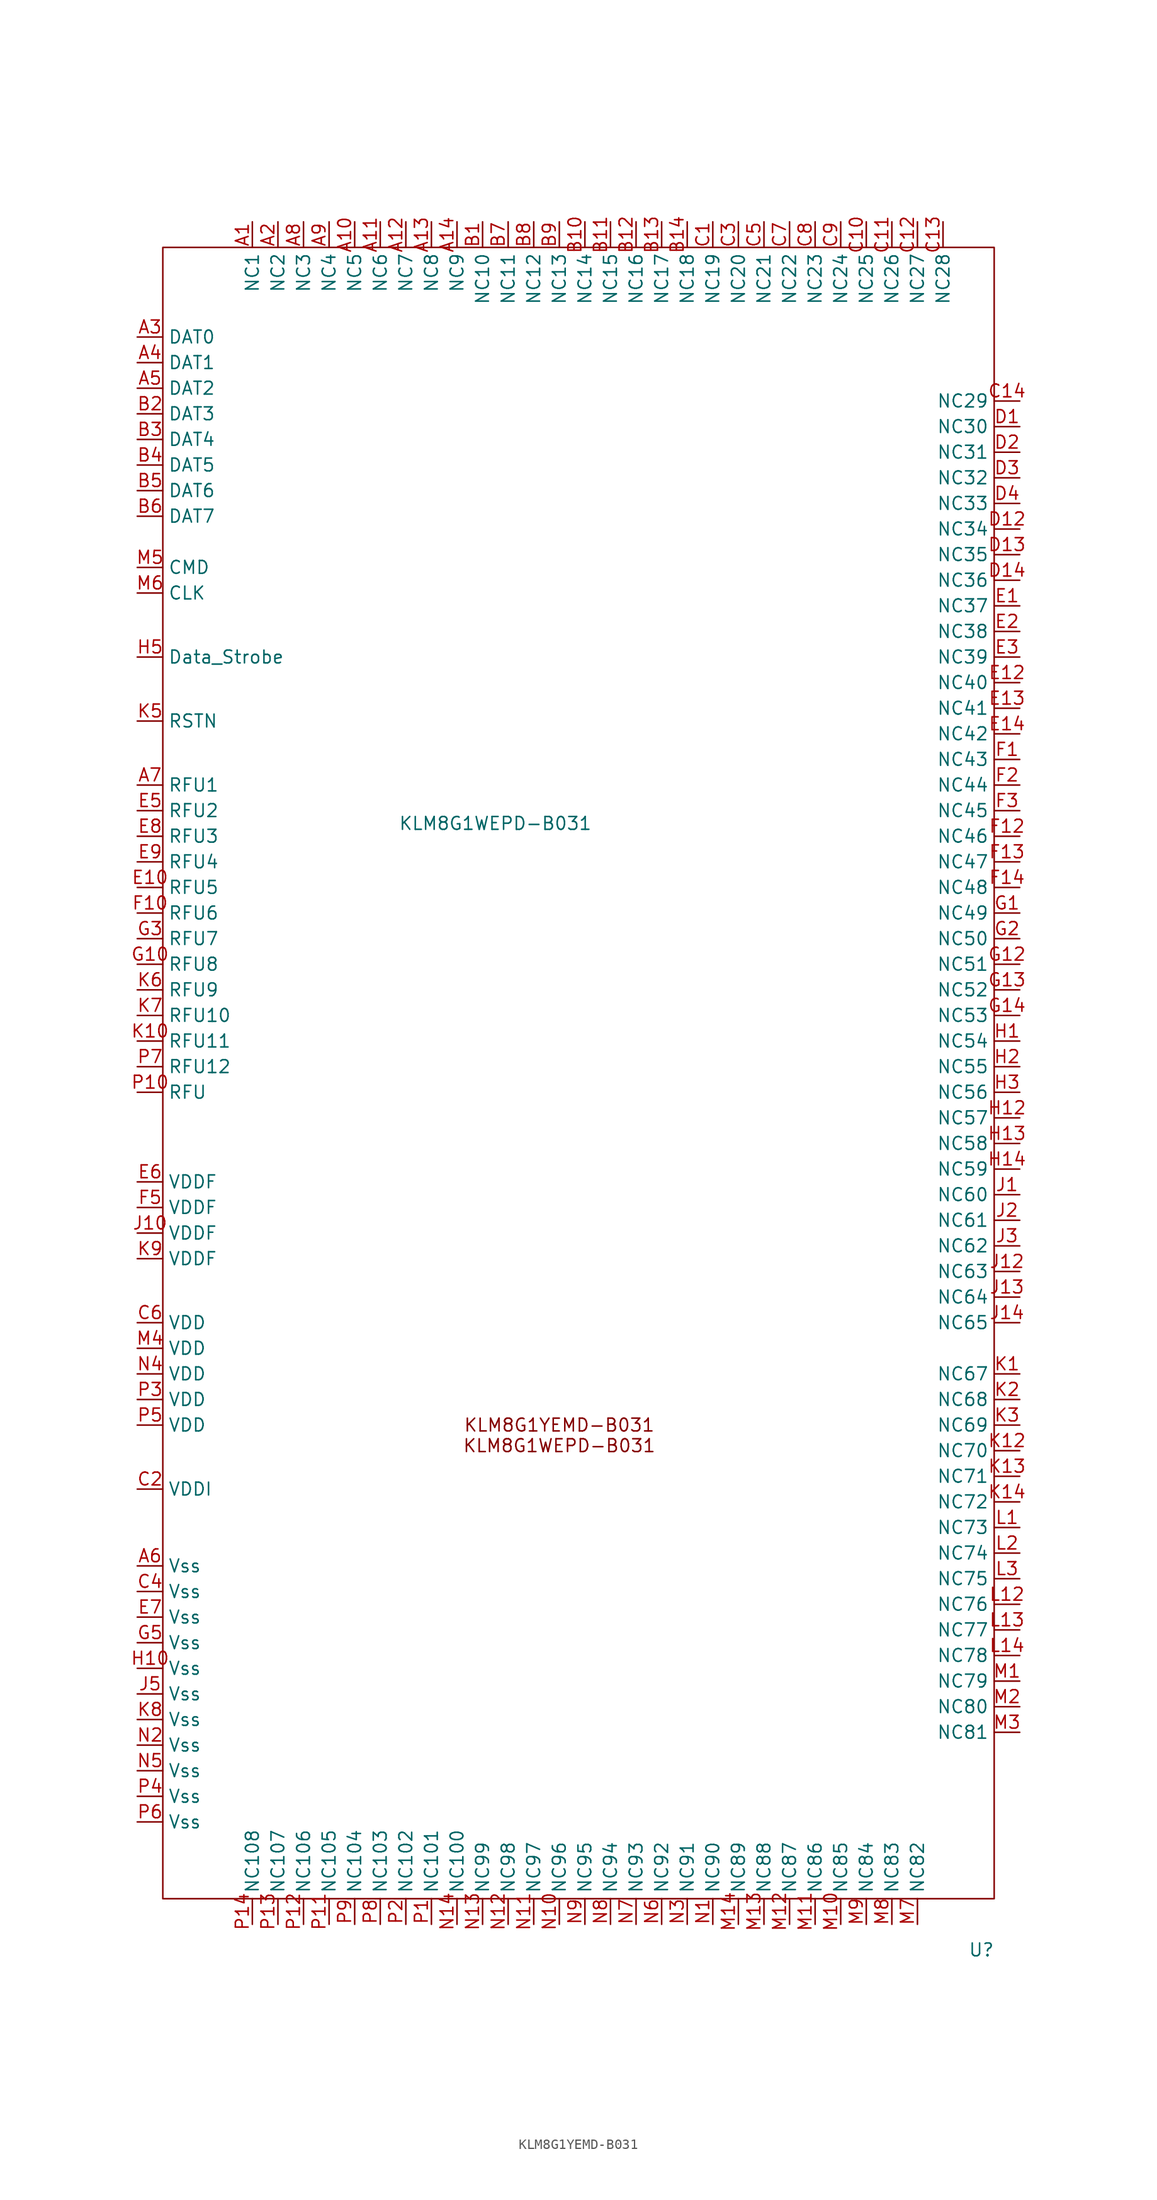
<source format=kicad_sym>
(kicad_symbol_lib
  (version 20220914)
  (generator kicad_symbol_editor)
  (symbol "KLM8G1YEMD-B031"
    (property "Reference" "U"
      (at 36.83 -81.28 0)
      (effects (font (size 1.27 1.27))))
    (property "Value" "KLM8G1WEPD-B031"
      (at -11.43 30.48 0)
      (effects (font (size 1.27 1.27))))
    (symbol "KLM8G1YEMD-B031_0_1"
      (rectangle (start -44.45 87.63) (end 38.1 -76.2) (stroke (width 0) (type default)) (fill (type none))))
    (symbol "KLM8G1YEMD-B031_1_1"
      (text "\nKLM8G1YEMD-B031\nKLM8G1WEPD-B031" (at -5.08 -29.21 0) (effects (font (size 1.27 1.27))))
      (pin bidirectional line (at -35.56 90.17 270) (length 2.54) (name "NC1" (effects (font (size 1.27 1.27)))) (number "A1" (effects (font (size 1.27 1.27)))))
      (pin bidirectional line (at -25.4 90.17 270) (length 2.54) (name "NC5" (effects (font (size 1.27 1.27)))) (number "A10" (effects (font (size 1.27 1.27)))))
      (pin bidirectional line (at -22.86 90.17 270) (length 2.54) (name "NC6" (effects (font (size 1.27 1.27)))) (number "A11" (effects (font (size 1.27 1.27)))))
      (pin bidirectional line (at -20.32 90.17 270) (length 2.54) (name "NC7" (effects (font (size 1.27 1.27)))) (number "A12" (effects (font (size 1.27 1.27)))))
      (pin bidirectional line (at -17.78 90.17 270) (length 2.54) (name "NC8" (effects (font (size 1.27 1.27)))) (number "A13" (effects (font (size 1.27 1.27)))))
      (pin bidirectional line (at -15.24 90.17 270) (length 2.54) (name "NC9" (effects (font (size 1.27 1.27)))) (number "A14" (effects (font (size 1.27 1.27)))))
      (pin bidirectional line (at -33.02 90.17 270) (length 2.54) (name "NC2" (effects (font (size 1.27 1.27)))) (number "A2" (effects (font (size 1.27 1.27)))))
      (pin bidirectional line (at -46.99 78.74 0) (length 2.54) (name "DAT0" (effects (font (size 1.27 1.27)))) (number "A3" (effects (font (size 1.27 1.27)))))
      (pin bidirectional line (at -46.99 76.2 0) (length 2.54) (name "DAT1" (effects (font (size 1.27 1.27)))) (number "A4" (effects (font (size 1.27 1.27)))))
      (pin bidirectional line (at -46.99 73.66 0) (length 2.54) (name "DAT2" (effects (font (size 1.27 1.27)))) (number "A5" (effects (font (size 1.27 1.27)))))
      (pin power_in line (at -46.99 -43.18 0) (length 2.54) (name "Vss" (effects (font (size 1.27 1.27)))) (number "A6" (effects (font (size 1.27 1.27)))))
      (pin bidirectional line (at -46.99 34.29 0) (length 2.54) (name "RFU1" (effects (font (size 1.27 1.27)))) (number "A7" (effects (font (size 1.27 1.27)))))
      (pin bidirectional line (at -30.48 90.17 270) (length 2.54) (name "NC3" (effects (font (size 1.27 1.27)))) (number "A8" (effects (font (size 1.27 1.27)))))
      (pin bidirectional line (at -27.94 90.17 270) (length 2.54) (name "NC4" (effects (font (size 1.27 1.27)))) (number "A9" (effects (font (size 1.27 1.27)))))
      (pin bidirectional line (at -12.7 90.17 270) (length 2.54) (name "NC10" (effects (font (size 1.27 1.27)))) (number "B1" (effects (font (size 1.27 1.27)))))
      (pin bidirectional line (at -2.54 90.17 270) (length 2.54) (name "NC14" (effects (font (size 1.27 1.27)))) (number "B10" (effects (font (size 1.27 1.27)))))
      (pin bidirectional line (at 0 90.17 270) (length 2.54) (name "NC15" (effects (font (size 1.27 1.27)))) (number "B11" (effects (font (size 1.27 1.27)))))
      (pin bidirectional line (at 2.54 90.17 270) (length 2.54) (name "NC16" (effects (font (size 1.27 1.27)))) (number "B12" (effects (font (size 1.27 1.27)))))
      (pin bidirectional line (at 5.08 90.17 270) (length 2.54) (name "NC17" (effects (font (size 1.27 1.27)))) (number "B13" (effects (font (size 1.27 1.27)))))
      (pin bidirectional line (at 7.62 90.17 270) (length 2.54) (name "NC18" (effects (font (size 1.27 1.27)))) (number "B14" (effects (font (size 1.27 1.27)))))
      (pin bidirectional line (at -46.99 71.12 0) (length 2.54) (name "DAT3" (effects (font (size 1.27 1.27)))) (number "B2" (effects (font (size 1.27 1.27)))))
      (pin bidirectional line (at -46.99 68.58 0) (length 2.54) (name "DAT4" (effects (font (size 1.27 1.27)))) (number "B3" (effects (font (size 1.27 1.27)))))
      (pin bidirectional line (at -46.99 66.04 0) (length 2.54) (name "DAT5" (effects (font (size 1.27 1.27)))) (number "B4" (effects (font (size 1.27 1.27)))))
      (pin bidirectional line (at -46.99 63.5 0) (length 2.54) (name "DAT6" (effects (font (size 1.27 1.27)))) (number "B5" (effects (font (size 1.27 1.27)))))
      (pin bidirectional line (at -46.99 60.96 0) (length 2.54) (name "DAT7" (effects (font (size 1.27 1.27)))) (number "B6" (effects (font (size 1.27 1.27)))))
      (pin bidirectional line (at -10.16 90.17 270) (length 2.54) (name "NC11" (effects (font (size 1.27 1.27)))) (number "B7" (effects (font (size 1.27 1.27)))))
      (pin bidirectional line (at -7.62 90.17 270) (length 2.54) (name "NC12" (effects (font (size 1.27 1.27)))) (number "B8" (effects (font (size 1.27 1.27)))))
      (pin bidirectional line (at -5.08 90.17 270) (length 2.54) (name "NC13" (effects (font (size 1.27 1.27)))) (number "B9" (effects (font (size 1.27 1.27)))))
      (pin bidirectional line (at 10.16 90.17 270) (length 2.54) (name "NC19" (effects (font (size 1.27 1.27)))) (number "C1" (effects (font (size 1.27 1.27)))))
      (pin bidirectional line (at 25.4 90.17 270) (length 2.54) (name "NC25" (effects (font (size 1.27 1.27)))) (number "C10" (effects (font (size 1.27 1.27)))))
      (pin bidirectional line (at 27.94 90.17 270) (length 2.54) (name "NC26" (effects (font (size 1.27 1.27)))) (number "C11" (effects (font (size 1.27 1.27)))))
      (pin bidirectional line (at 30.48 90.17 270) (length 2.54) (name "NC27" (effects (font (size 1.27 1.27)))) (number "C12" (effects (font (size 1.27 1.27)))))
      (pin bidirectional line (at 33.02 90.17 270) (length 2.54) (name "NC28" (effects (font (size 1.27 1.27)))) (number "C13" (effects (font (size 1.27 1.27)))))
      (pin bidirectional line (at 40.64 72.39 180) (length 2.54) (name "NC29" (effects (font (size 1.27 1.27)))) (number "C14" (effects (font (size 1.27 1.27)))))
      (pin power_in line (at -46.99 -35.56 0) (length 2.54) (name "VDDI" (effects (font (size 1.27 1.27)))) (number "C2" (effects (font (size 1.27 1.27)))))
      (pin bidirectional line (at 12.7 90.17 270) (length 2.54) (name "NC20" (effects (font (size 1.27 1.27)))) (number "C3" (effects (font (size 1.27 1.27)))))
      (pin power_in line (at -46.99 -45.72 0) (length 2.54) (name "Vss" (effects (font (size 1.27 1.27)))) (number "C4" (effects (font (size 1.27 1.27)))))
      (pin bidirectional line (at 15.24 90.17 270) (length 2.54) (name "NC21" (effects (font (size 1.27 1.27)))) (number "C5" (effects (font (size 1.27 1.27)))))
      (pin power_in line (at -46.99 -19.05 0) (length 2.54) (name "VDD" (effects (font (size 1.27 1.27)))) (number "C6" (effects (font (size 1.27 1.27)))))
      (pin bidirectional line (at 17.78 90.17 270) (length 2.54) (name "NC22" (effects (font (size 1.27 1.27)))) (number "C7" (effects (font (size 1.27 1.27)))))
      (pin bidirectional line (at 20.32 90.17 270) (length 2.54) (name "NC23" (effects (font (size 1.27 1.27)))) (number "C8" (effects (font (size 1.27 1.27)))))
      (pin bidirectional line (at 22.86 90.17 270) (length 2.54) (name "NC24" (effects (font (size 1.27 1.27)))) (number "C9" (effects (font (size 1.27 1.27)))))
      (pin bidirectional line (at 40.64 69.85 180) (length 2.54) (name "NC30" (effects (font (size 1.27 1.27)))) (number "D1" (effects (font (size 1.27 1.27)))))
      (pin bidirectional line (at 40.64 59.69 180) (length 2.54) (name "NC34" (effects (font (size 1.27 1.27)))) (number "D12" (effects (font (size 1.27 1.27)))))
      (pin bidirectional line (at 40.64 57.15 180) (length 2.54) (name "NC35" (effects (font (size 1.27 1.27)))) (number "D13" (effects (font (size 1.27 1.27)))))
      (pin bidirectional line (at 40.64 54.61 180) (length 2.54) (name "NC36" (effects (font (size 1.27 1.27)))) (number "D14" (effects (font (size 1.27 1.27)))))
      (pin bidirectional line (at 40.64 67.31 180) (length 2.54) (name "NC31" (effects (font (size 1.27 1.27)))) (number "D2" (effects (font (size 1.27 1.27)))))
      (pin bidirectional line (at 40.64 64.77 180) (length 2.54) (name "NC32" (effects (font (size 1.27 1.27)))) (number "D3" (effects (font (size 1.27 1.27)))))
      (pin bidirectional line (at 40.64 62.23 180) (length 2.54) (name "NC33" (effects (font (size 1.27 1.27)))) (number "D4" (effects (font (size 1.27 1.27)))))
      (pin bidirectional line (at 40.64 52.07 180) (length 2.54) (name "NC37" (effects (font (size 1.27 1.27)))) (number "E1" (effects (font (size 1.27 1.27)))))
      (pin bidirectional line (at -46.99 24.13 0) (length 2.54) (name "RFU5" (effects (font (size 1.27 1.27)))) (number "E10" (effects (font (size 1.27 1.27)))))
      (pin bidirectional line (at 40.64 44.45 180) (length 2.54) (name "NC40" (effects (font (size 1.27 1.27)))) (number "E12" (effects (font (size 1.27 1.27)))))
      (pin bidirectional line (at 40.64 41.91 180) (length 2.54) (name "NC41" (effects (font (size 1.27 1.27)))) (number "E13" (effects (font (size 1.27 1.27)))))
      (pin bidirectional line (at 40.64 39.37 180) (length 2.54) (name "NC42" (effects (font (size 1.27 1.27)))) (number "E14" (effects (font (size 1.27 1.27)))))
      (pin bidirectional line (at 40.64 49.53 180) (length 2.54) (name "NC38" (effects (font (size 1.27 1.27)))) (number "E2" (effects (font (size 1.27 1.27)))))
      (pin bidirectional line (at 40.64 46.99 180) (length 2.54) (name "NC39" (effects (font (size 1.27 1.27)))) (number "E3" (effects (font (size 1.27 1.27)))))
      (pin bidirectional line (at -46.99 31.75 0) (length 2.54) (name "RFU2" (effects (font (size 1.27 1.27)))) (number "E5" (effects (font (size 1.27 1.27)))))
      (pin power_in line (at -46.99 -5.08 0) (length 2.54) (name "VDDF" (effects (font (size 1.27 1.27)))) (number "E6" (effects (font (size 1.27 1.27)))))
      (pin power_in line (at -46.99 -48.26 0) (length 2.54) (name "Vss" (effects (font (size 1.27 1.27)))) (number "E7" (effects (font (size 1.27 1.27)))))
      (pin bidirectional line (at -46.99 29.21 0) (length 2.54) (name "RFU3" (effects (font (size 1.27 1.27)))) (number "E8" (effects (font (size 1.27 1.27)))))
      (pin bidirectional line (at -46.99 26.67 0) (length 2.54) (name "RFU4" (effects (font (size 1.27 1.27)))) (number "E9" (effects (font (size 1.27 1.27)))))
      (pin bidirectional line (at 40.64 36.83 180) (length 2.54) (name "NC43" (effects (font (size 1.27 1.27)))) (number "F1" (effects (font (size 1.27 1.27)))))
      (pin bidirectional line (at -46.99 21.59 0) (length 2.54) (name "RFU6" (effects (font (size 1.27 1.27)))) (number "F10" (effects (font (size 1.27 1.27)))))
      (pin bidirectional line (at 40.64 29.21 180) (length 2.54) (name "NC46" (effects (font (size 1.27 1.27)))) (number "F12" (effects (font (size 1.27 1.27)))))
      (pin bidirectional line (at 40.64 26.67 180) (length 2.54) (name "NC47" (effects (font (size 1.27 1.27)))) (number "F13" (effects (font (size 1.27 1.27)))))
      (pin bidirectional line (at 40.64 24.13 180) (length 2.54) (name "NC48" (effects (font (size 1.27 1.27)))) (number "F14" (effects (font (size 1.27 1.27)))))
      (pin bidirectional line (at 40.64 34.29 180) (length 2.54) (name "NC44" (effects (font (size 1.27 1.27)))) (number "F2" (effects (font (size 1.27 1.27)))))
      (pin bidirectional line (at 40.64 31.75 180) (length 2.54) (name "NC45" (effects (font (size 1.27 1.27)))) (number "F3" (effects (font (size 1.27 1.27)))))
      (pin power_in line (at -46.99 -7.62 0) (length 2.54) (name "VDDF" (effects (font (size 1.27 1.27)))) (number "F5" (effects (font (size 1.27 1.27)))))
      (pin bidirectional line (at 40.64 21.59 180) (length 2.54) (name "NC49" (effects (font (size 1.27 1.27)))) (number "G1" (effects (font (size 1.27 1.27)))))
      (pin bidirectional line (at -46.99 16.51 0) (length 2.54) (name "RFU8" (effects (font (size 1.27 1.27)))) (number "G10" (effects (font (size 1.27 1.27)))))
      (pin bidirectional line (at 40.64 16.51 180) (length 2.54) (name "NC51" (effects (font (size 1.27 1.27)))) (number "G12" (effects (font (size 1.27 1.27)))))
      (pin bidirectional line (at 40.64 13.97 180) (length 2.54) (name "NC52" (effects (font (size 1.27 1.27)))) (number "G13" (effects (font (size 1.27 1.27)))))
      (pin bidirectional line (at 40.64 11.43 180) (length 2.54) (name "NC53" (effects (font (size 1.27 1.27)))) (number "G14" (effects (font (size 1.27 1.27)))))
      (pin bidirectional line (at 40.64 19.05 180) (length 2.54) (name "NC50" (effects (font (size 1.27 1.27)))) (number "G2" (effects (font (size 1.27 1.27)))))
      (pin bidirectional line (at -46.99 19.05 0) (length 2.54) (name "RFU7" (effects (font (size 1.27 1.27)))) (number "G3" (effects (font (size 1.27 1.27)))))
      (pin power_in line (at -46.99 -50.8 0) (length 2.54) (name "Vss" (effects (font (size 1.27 1.27)))) (number "G5" (effects (font (size 1.27 1.27)))))
      (pin bidirectional line (at 40.64 8.89 180) (length 2.54) (name "NC54" (effects (font (size 1.27 1.27)))) (number "H1" (effects (font (size 1.27 1.27)))))
      (pin power_in line (at -46.99 -53.34 0) (length 2.54) (name "Vss" (effects (font (size 1.27 1.27)))) (number "H10" (effects (font (size 1.27 1.27)))))
      (pin bidirectional line (at 40.64 1.27 180) (length 2.54) (name "NC57" (effects (font (size 1.27 1.27)))) (number "H12" (effects (font (size 1.27 1.27)))))
      (pin bidirectional line (at 40.64 -1.27 180) (length 2.54) (name "NC58" (effects (font (size 1.27 1.27)))) (number "H13" (effects (font (size 1.27 1.27)))))
      (pin bidirectional line (at 40.64 -3.81 180) (length 2.54) (name "NC59" (effects (font (size 1.27 1.27)))) (number "H14" (effects (font (size 1.27 1.27)))))
      (pin bidirectional line (at 40.64 6.35 180) (length 2.54) (name "NC55" (effects (font (size 1.27 1.27)))) (number "H2" (effects (font (size 1.27 1.27)))))
      (pin bidirectional line (at 40.64 3.81 180) (length 2.54) (name "NC56" (effects (font (size 1.27 1.27)))) (number "H3" (effects (font (size 1.27 1.27)))))
      (pin output line (at -46.99 46.99 0) (length 2.54) (name "Data_Strobe" (effects (font (size 1.27 1.27)))) (number "H5" (effects (font (size 1.27 1.27)))))
      (pin bidirectional line (at 40.64 -6.35 180) (length 2.54) (name "NC60" (effects (font (size 1.27 1.27)))) (number "J1" (effects (font (size 1.27 1.27)))))
      (pin power_in line (at -46.99 -10.16 0) (length 2.54) (name "VDDF" (effects (font (size 1.27 1.27)))) (number "J10" (effects (font (size 1.27 1.27)))))
      (pin bidirectional line (at 40.64 -13.97 180) (length 2.54) (name "NC63" (effects (font (size 1.27 1.27)))) (number "J12" (effects (font (size 1.27 1.27)))))
      (pin bidirectional line (at 40.64 -16.51 180) (length 2.54) (name "NC64" (effects (font (size 1.27 1.27)))) (number "J13" (effects (font (size 1.27 1.27)))))
      (pin bidirectional line (at 40.64 -19.05 180) (length 2.54) (name "NC65" (effects (font (size 1.27 1.27)))) (number "J14" (effects (font (size 1.27 1.27)))))
      (pin bidirectional line (at 40.64 -8.89 180) (length 2.54) (name "NC61" (effects (font (size 1.27 1.27)))) (number "J2" (effects (font (size 1.27 1.27)))))
      (pin bidirectional line (at 40.64 -11.43 180) (length 2.54) (name "NC62" (effects (font (size 1.27 1.27)))) (number "J3" (effects (font (size 1.27 1.27)))))
      (pin power_in line (at -46.99 -55.88 0) (length 2.54) (name "Vss" (effects (font (size 1.27 1.27)))) (number "J5" (effects (font (size 1.27 1.27)))))
      (pin bidirectional line (at 40.64 -24.13 180) (length 2.54) (name "NC67" (effects (font (size 1.27 1.27)))) (number "K1" (effects (font (size 1.27 1.27)))))
      (pin bidirectional line (at -46.99 8.89 0) (length 2.54) (name "RFU11" (effects (font (size 1.27 1.27)))) (number "K10" (effects (font (size 1.27 1.27)))))
      (pin bidirectional line (at 40.64 -31.75 180) (length 2.54) (name "NC70" (effects (font (size 1.27 1.27)))) (number "K12" (effects (font (size 1.27 1.27)))))
      (pin bidirectional line (at 40.64 -34.29 180) (length 2.54) (name "NC71" (effects (font (size 1.27 1.27)))) (number "K13" (effects (font (size 1.27 1.27)))))
      (pin bidirectional line (at 40.64 -36.83 180) (length 2.54) (name "NC72" (effects (font (size 1.27 1.27)))) (number "K14" (effects (font (size 1.27 1.27)))))
      (pin bidirectional line (at 40.64 -26.67 180) (length 2.54) (name "NC68" (effects (font (size 1.27 1.27)))) (number "K2" (effects (font (size 1.27 1.27)))))
      (pin bidirectional line (at 40.64 -29.21 180) (length 2.54) (name "NC69" (effects (font (size 1.27 1.27)))) (number "K3" (effects (font (size 1.27 1.27)))))
      (pin input line (at -46.99 40.64 0) (length 2.54) (name "RSTN" (effects (font (size 1.27 1.27)))) (number "K5" (effects (font (size 1.27 1.27)))))
      (pin bidirectional line (at -46.99 13.97 0) (length 2.54) (name "RFU9" (effects (font (size 1.27 1.27)))) (number "K6" (effects (font (size 1.27 1.27)))))
      (pin bidirectional line (at -46.99 11.43 0) (length 2.54) (name "RFU10" (effects (font (size 1.27 1.27)))) (number "K7" (effects (font (size 1.27 1.27)))))
      (pin power_in line (at -46.99 -58.42 0) (length 2.54) (name "Vss" (effects (font (size 1.27 1.27)))) (number "K8" (effects (font (size 1.27 1.27)))))
      (pin power_in line (at -46.99 -12.7 0) (length 2.54) (name "VDDF" (effects (font (size 1.27 1.27)))) (number "K9" (effects (font (size 1.27 1.27)))))
      (pin bidirectional line (at 40.64 -39.37 180) (length 2.54) (name "NC73" (effects (font (size 1.27 1.27)))) (number "L1" (effects (font (size 1.27 1.27)))))
      (pin bidirectional line (at 40.64 -46.99 180) (length 2.54) (name "NC76" (effects (font (size 1.27 1.27)))) (number "L12" (effects (font (size 1.27 1.27)))))
      (pin bidirectional line (at 40.64 -49.53 180) (length 2.54) (name "NC77" (effects (font (size 1.27 1.27)))) (number "L13" (effects (font (size 1.27 1.27)))))
      (pin bidirectional line (at 40.64 -52.07 180) (length 2.54) (name "NC78" (effects (font (size 1.27 1.27)))) (number "L14" (effects (font (size 1.27 1.27)))))
      (pin bidirectional line (at 40.64 -41.91 180) (length 2.54) (name "NC74" (effects (font (size 1.27 1.27)))) (number "L2" (effects (font (size 1.27 1.27)))))
      (pin bidirectional line (at 40.64 -44.45 180) (length 2.54) (name "NC75" (effects (font (size 1.27 1.27)))) (number "L3" (effects (font (size 1.27 1.27)))))
      (pin bidirectional line (at 40.64 -54.61 180) (length 2.54) (name "NC79" (effects (font (size 1.27 1.27)))) (number "M1" (effects (font (size 1.27 1.27)))))
      (pin bidirectional line (at 22.86 -78.74 90) (length 2.54) (name "NC85" (effects (font (size 1.27 1.27)))) (number "M10" (effects (font (size 1.27 1.27)))))
      (pin bidirectional line (at 20.32 -78.74 90) (length 2.54) (name "NC86" (effects (font (size 1.27 1.27)))) (number "M11" (effects (font (size 1.27 1.27)))))
      (pin bidirectional line (at 17.78 -78.74 90) (length 2.54) (name "NC87" (effects (font (size 1.27 1.27)))) (number "M12" (effects (font (size 1.27 1.27)))))
      (pin bidirectional line (at 15.24 -78.74 90) (length 2.54) (name "NC88" (effects (font (size 1.27 1.27)))) (number "M13" (effects (font (size 1.27 1.27)))))
      (pin bidirectional line (at 12.7 -78.74 90) (length 2.54) (name "NC89" (effects (font (size 1.27 1.27)))) (number "M14" (effects (font (size 1.27 1.27)))))
      (pin bidirectional line (at 40.64 -57.15 180) (length 2.54) (name "NC80" (effects (font (size 1.27 1.27)))) (number "M2" (effects (font (size 1.27 1.27)))))
      (pin bidirectional line (at 40.64 -59.69 180) (length 2.54) (name "NC81" (effects (font (size 1.27 1.27)))) (number "M3" (effects (font (size 1.27 1.27)))))
      (pin power_in line (at -46.99 -21.59 0) (length 2.54) (name "VDD" (effects (font (size 1.27 1.27)))) (number "M4" (effects (font (size 1.27 1.27)))))
      (pin bidirectional line (at -46.99 55.88 0) (length 2.54) (name "CMD" (effects (font (size 1.27 1.27)))) (number "M5" (effects (font (size 1.27 1.27)))))
      (pin input line (at -46.99 53.34 0) (length 2.54) (name "CLK" (effects (font (size 1.27 1.27)))) (number "M6" (effects (font (size 1.27 1.27)))))
      (pin bidirectional line (at 30.48 -78.74 90) (length 2.54) (name "NC82" (effects (font (size 1.27 1.27)))) (number "M7" (effects (font (size 1.27 1.27)))))
      (pin bidirectional line (at 27.94 -78.74 90) (length 2.54) (name "NC83" (effects (font (size 1.27 1.27)))) (number "M8" (effects (font (size 1.27 1.27)))))
      (pin bidirectional line (at 25.4 -78.74 90) (length 2.54) (name "NC84" (effects (font (size 1.27 1.27)))) (number "M9" (effects (font (size 1.27 1.27)))))
      (pin bidirectional line (at 10.16 -78.74 90) (length 2.54) (name "NC90" (effects (font (size 1.27 1.27)))) (number "N1" (effects (font (size 1.27 1.27)))))
      (pin bidirectional line (at -5.08 -78.74 90) (length 2.54) (name "NC96" (effects (font (size 1.27 1.27)))) (number "N10" (effects (font (size 1.27 1.27)))))
      (pin bidirectional line (at -7.62 -78.74 90) (length 2.54) (name "NC97" (effects (font (size 1.27 1.27)))) (number "N11" (effects (font (size 1.27 1.27)))))
      (pin bidirectional line (at -10.16 -78.74 90) (length 2.54) (name "NC98" (effects (font (size 1.27 1.27)))) (number "N12" (effects (font (size 1.27 1.27)))))
      (pin bidirectional line (at -12.7 -78.74 90) (length 2.54) (name "NC99" (effects (font (size 1.27 1.27)))) (number "N13" (effects (font (size 1.27 1.27)))))
      (pin bidirectional line (at -15.24 -78.74 90) (length 2.54) (name "NC100" (effects (font (size 1.27 1.27)))) (number "N14" (effects (font (size 1.27 1.27)))))
      (pin power_in line (at -46.99 -60.96 0) (length 2.54) (name "Vss" (effects (font (size 1.27 1.27)))) (number "N2" (effects (font (size 1.27 1.27)))))
      (pin bidirectional line (at 7.62 -78.74 90) (length 2.54) (name "NC91" (effects (font (size 1.27 1.27)))) (number "N3" (effects (font (size 1.27 1.27)))))
      (pin power_in line (at -46.99 -24.13 0) (length 2.54) (name "VDD" (effects (font (size 1.27 1.27)))) (number "N4" (effects (font (size 1.27 1.27)))))
      (pin power_in line (at -46.99 -63.5 0) (length 2.54) (name "Vss" (effects (font (size 1.27 1.27)))) (number "N5" (effects (font (size 1.27 1.27)))))
      (pin bidirectional line (at 5.08 -78.74 90) (length 2.54) (name "NC92" (effects (font (size 1.27 1.27)))) (number "N6" (effects (font (size 1.27 1.27)))))
      (pin bidirectional line (at 2.54 -78.74 90) (length 2.54) (name "NC93" (effects (font (size 1.27 1.27)))) (number "N7" (effects (font (size 1.27 1.27)))))
      (pin bidirectional line (at 0 -78.74 90) (length 2.54) (name "NC94" (effects (font (size 1.27 1.27)))) (number "N8" (effects (font (size 1.27 1.27)))))
      (pin bidirectional line (at -2.54 -78.74 90) (length 2.54) (name "NC95" (effects (font (size 1.27 1.27)))) (number "N9" (effects (font (size 1.27 1.27)))))
      (pin bidirectional line (at -17.78 -78.74 90) (length 2.54) (name "NC101" (effects (font (size 1.27 1.27)))) (number "P1" (effects (font (size 1.27 1.27)))))
      (pin bidirectional line (at -46.99 3.81 0) (length 2.54) (name "RFU" (effects (font (size 1.27 1.27)))) (number "P10" (effects (font (size 1.27 1.27)))))
      (pin bidirectional line (at -27.94 -78.74 90) (length 2.54) (name "NC105" (effects (font (size 1.27 1.27)))) (number "P11" (effects (font (size 1.27 1.27)))))
      (pin bidirectional line (at -30.48 -78.74 90) (length 2.54) (name "NC106" (effects (font (size 1.27 1.27)))) (number "P12" (effects (font (size 1.27 1.27)))))
      (pin bidirectional line (at -33.02 -78.74 90) (length 2.54) (name "NC107" (effects (font (size 1.27 1.27)))) (number "P13" (effects (font (size 1.27 1.27)))))
      (pin bidirectional line (at -35.56 -78.74 90) (length 2.54) (name "NC108" (effects (font (size 1.27 1.27)))) (number "P14" (effects (font (size 1.27 1.27)))))
      (pin bidirectional line (at -20.32 -78.74 90) (length 2.54) (name "NC102" (effects (font (size 1.27 1.27)))) (number "P2" (effects (font (size 1.27 1.27)))))
      (pin power_in line (at -46.99 -26.67 0) (length 2.54) (name "VDD" (effects (font (size 1.27 1.27)))) (number "P3" (effects (font (size 1.27 1.27)))))
      (pin power_in line (at -46.99 -66.04 0) (length 2.54) (name "Vss" (effects (font (size 1.27 1.27)))) (number "P4" (effects (font (size 1.27 1.27)))))
      (pin power_in line (at -46.99 -29.21 0) (length 2.54) (name "VDD" (effects (font (size 1.27 1.27)))) (number "P5" (effects (font (size 1.27 1.27)))))
      (pin power_in line (at -46.99 -68.58 0) (length 2.54) (name "Vss" (effects (font (size 1.27 1.27)))) (number "P6" (effects (font (size 1.27 1.27)))))
      (pin bidirectional line (at -46.99 6.35 0) (length 2.54) (name "RFU12" (effects (font (size 1.27 1.27)))) (number "P7" (effects (font (size 1.27 1.27)))))
      (pin bidirectional line (at -22.86 -78.74 90) (length 2.54) (name "NC103" (effects (font (size 1.27 1.27)))) (number "P8" (effects (font (size 1.27 1.27)))))
      (pin bidirectional line (at -25.4 -78.74 90) (length 2.54) (name "NC104" (effects (font (size 1.27 1.27)))) (number "P9" (effects (font (size 1.27 1.27))))))))
</source>
